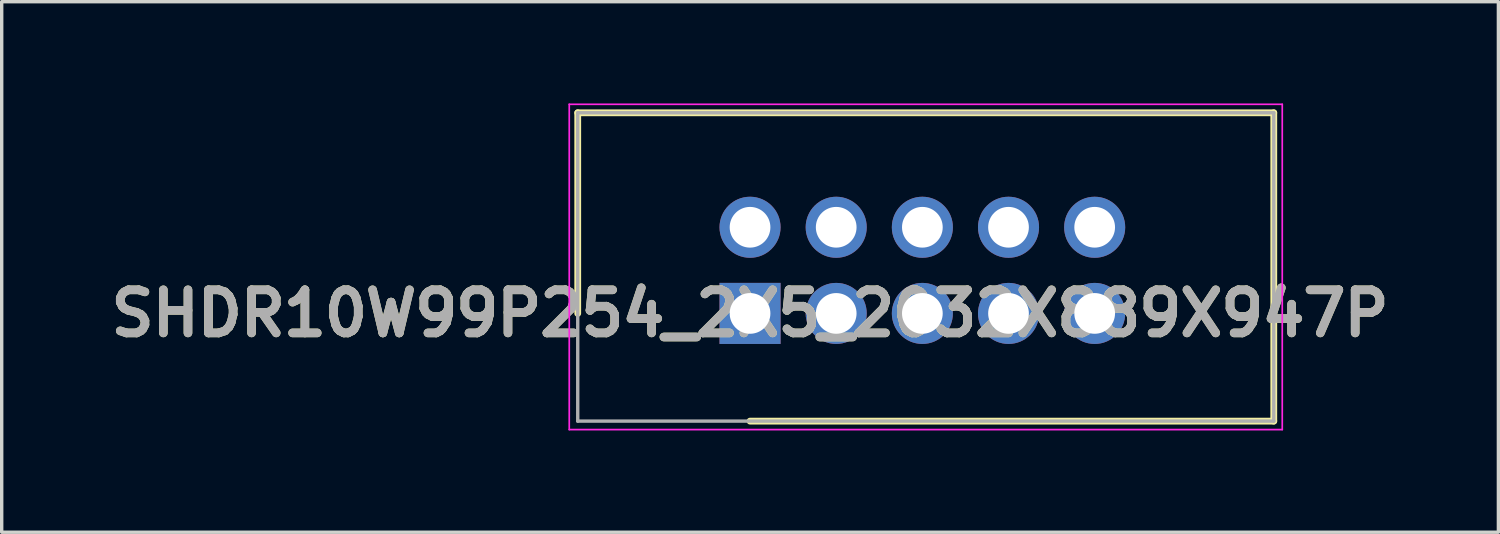
<source format=kicad_pcb>
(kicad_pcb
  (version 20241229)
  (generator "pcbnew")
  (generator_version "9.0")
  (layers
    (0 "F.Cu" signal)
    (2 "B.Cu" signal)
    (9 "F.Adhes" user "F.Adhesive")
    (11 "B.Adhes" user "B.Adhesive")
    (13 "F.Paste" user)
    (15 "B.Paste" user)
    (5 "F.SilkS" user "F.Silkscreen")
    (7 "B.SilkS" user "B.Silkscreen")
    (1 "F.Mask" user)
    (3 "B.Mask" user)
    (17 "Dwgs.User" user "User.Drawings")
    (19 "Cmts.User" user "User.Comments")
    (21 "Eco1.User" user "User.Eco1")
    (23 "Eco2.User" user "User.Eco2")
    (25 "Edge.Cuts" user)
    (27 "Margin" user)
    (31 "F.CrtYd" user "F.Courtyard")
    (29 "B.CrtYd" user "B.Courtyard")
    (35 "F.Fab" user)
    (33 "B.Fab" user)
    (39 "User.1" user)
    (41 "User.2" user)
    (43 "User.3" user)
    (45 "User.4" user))
  (footprint "SHDR10W99P254_2X5_2032X889X947P"
    (layer "F.Cu")
    (at 19.062 6.19)
    (property "Reference" "SHDR10W99P254_2X5_2032X889X947P" (at 0 0 0) (layer "F.SilkS") (effects (font (size 1.27 1.27) (thickness 0.254))))
    (attr through_hole)
    (fp_line (start -5.08 -5.915) (end -5.08 0) (stroke (width 0.2) (type solid)) (layer "F.SilkS"))
    (fp_line (start 0 3.175) (end 15.44 3.175) (stroke (width 0.2) (type solid)) (layer "F.SilkS"))
    (fp_line (start 15.44 -5.915) (end -5.08 -5.915) (stroke (width 0.2) (type solid)) (layer "F.SilkS"))
    (fp_line (start 15.44 3.175) (end 15.44 -5.915) (stroke (width 0.2) (type solid)) (layer "F.SilkS"))
    (fp_line (start -5.33 -6.165) (end 15.69 -6.165) (stroke (width 0.05) (type solid)) (layer "F.CrtYd"))
    (fp_line (start -5.33 3.425) (end -5.33 -6.165) (stroke (width 0.05) (type solid)) (layer "F.CrtYd"))
    (fp_line (start 15.69 -6.165) (end 15.69 3.425) (stroke (width 0.05) (type solid)) (layer "F.CrtYd"))
    (fp_line (start 15.69 3.425) (end -5.33 3.425) (stroke (width 0.05) (type solid)) (layer "F.CrtYd"))
    (fp_line (start -5.08 -5.915) (end 15.44 -5.915) (stroke (width 0.1) (type solid)) (layer "F.Fab"))
    (fp_line (start -5.08 3.175) (end -5.08 -5.915) (stroke (width 0.1) (type solid)) (layer "F.Fab"))
    (fp_line (start 15.44 -5.915) (end 15.44 3.175) (stroke (width 0.1) (type solid)) (layer "F.Fab"))
    (fp_line (start 15.44 3.175) (end -5.08 3.175) (stroke (width 0.1) (type solid)) (layer "F.Fab"))
    (fp_text user "${REFERENCE}" (at 0 0 0) (layer "F.Fab") (effects (font (size 1.27 1.27) (thickness 0.254))))
    (pad "1" thru_hole rect (at 0 0) (size 1.8 1.8) (drill 1.2) (layers "*.Cu" "*.Mask"))
    (pad "2" thru_hole circle (at 0 -2.54) (size 1.8 1.8) (drill 1.2) (layers "*.Cu" "*.Mask"))
    (pad "3" thru_hole circle (at 2.54 0) (size 1.8 1.8) (drill 1.2) (layers "*.Cu" "*.Mask"))
    (pad "4" thru_hole circle (at 2.54 -2.54) (size 1.8 1.8) (drill 1.2) (layers "*.Cu" "*.Mask"))
    (pad "5" thru_hole circle (at 5.08 0) (size 1.8 1.8) (drill 1.2) (layers "*.Cu" "*.Mask"))
    (pad "6" thru_hole circle (at 5.08 -2.54) (size 1.8 1.8) (drill 1.2) (layers "*.Cu" "*.Mask"))
    (pad "7" thru_hole circle (at 7.62 0) (size 1.8 1.8) (drill 1.2) (layers "*.Cu" "*.Mask"))
    (pad "8" thru_hole circle (at 7.62 -2.54) (size 1.8 1.8) (drill 1.2) (layers "*.Cu" "*.Mask"))
    (pad "9" thru_hole circle (at 10.16 0) (size 1.8 1.8) (drill 1.2) (layers "*.Cu" "*.Mask"))
    (pad "10" thru_hole circle (at 10.16 -2.54) (size 1.8 1.8) (drill 1.2) (layers "*.Cu" "*.Mask")))
  (gr_rect
    (start -3 -3)
    (end 41.124 12.64)
    (stroke (width 0.1) (type default))
    (fill no)
    (layer "Edge.Cuts")))
</source>
